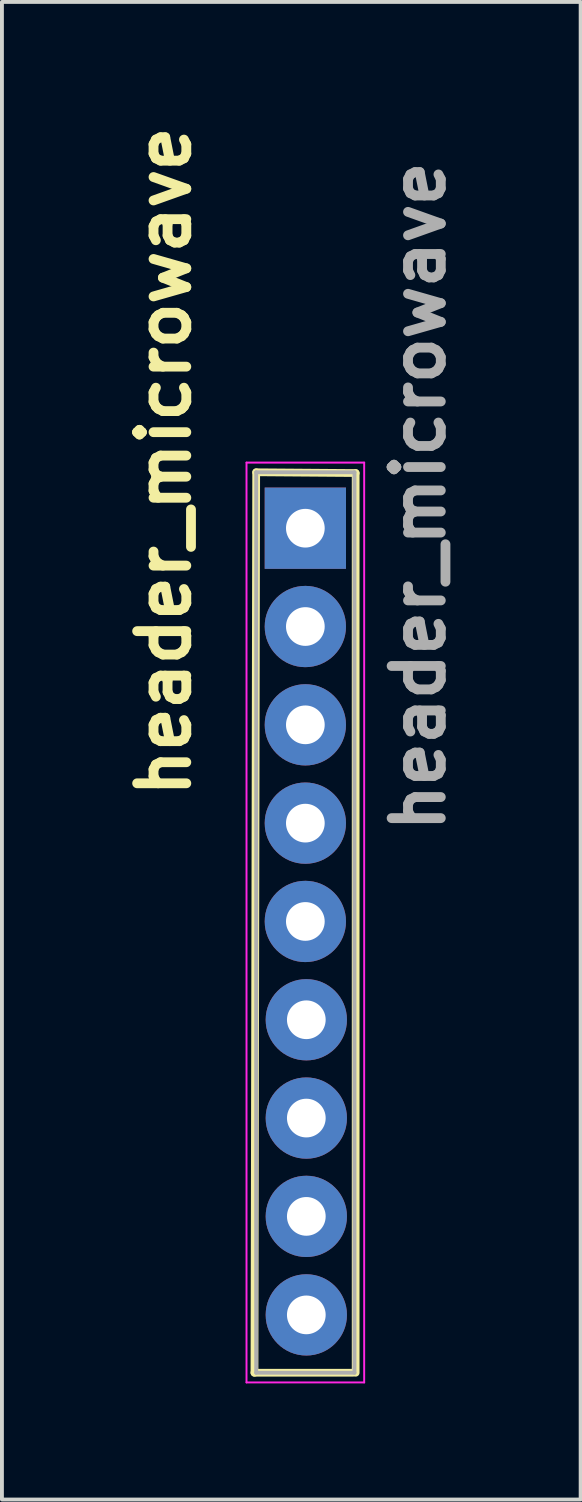
<source format=kicad_pcb>
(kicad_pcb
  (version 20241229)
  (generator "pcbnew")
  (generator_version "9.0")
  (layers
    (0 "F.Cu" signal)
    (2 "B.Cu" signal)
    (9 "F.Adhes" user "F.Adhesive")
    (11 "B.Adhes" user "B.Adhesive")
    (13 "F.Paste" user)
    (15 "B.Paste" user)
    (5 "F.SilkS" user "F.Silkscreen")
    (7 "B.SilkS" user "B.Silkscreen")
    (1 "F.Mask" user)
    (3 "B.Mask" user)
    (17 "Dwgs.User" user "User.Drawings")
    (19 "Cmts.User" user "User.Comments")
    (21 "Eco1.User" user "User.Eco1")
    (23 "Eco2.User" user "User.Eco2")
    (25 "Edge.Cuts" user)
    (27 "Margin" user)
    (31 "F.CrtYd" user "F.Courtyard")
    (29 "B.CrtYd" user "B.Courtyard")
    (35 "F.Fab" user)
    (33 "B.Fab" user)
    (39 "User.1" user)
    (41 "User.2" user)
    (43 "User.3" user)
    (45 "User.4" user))
  (footprint "header_microwave"
    (layer "F.Cu")
    (at 4.864 10.597)
    (property "Reference" "header_microwave" (at -3.675 -1.725 270) (layer "F.SilkS") (effects (font (size 1.27 1.27) (thickness 0.254))))
    (attr through_hole)
    (fp_line (start -1.34 21.82) (end 1.2 21.82) (stroke (width 0.2) (type solid)) (layer "F.SilkS"))
    (fp_line (start -1.295 -1.445) (end -1.34 21.82) (stroke (width 0.2) (type solid)) (layer "F.SilkS"))
    (fp_line (start 1.275 -1.425) (end -1.295 -1.445) (stroke (width 0.2) (type solid)) (layer "F.SilkS"))
    (fp_line (start 1.275 21.82) (end 1.275 -1.425) (stroke (width 0.2) (type solid)) (layer "F.SilkS"))
    (fp_line (start -1.545 -1.695) (end 1.495 -1.695) (stroke (width 0.05) (type solid)) (layer "F.CrtYd"))
    (fp_line (start -1.545 22.07) (end -1.545 -1.695) (stroke (width 0.05) (type solid)) (layer "F.CrtYd"))
    (fp_line (start 1.495 -1.695) (end 1.495 22.07) (stroke (width 0.05) (type solid)) (layer "F.CrtYd"))
    (fp_line (start 1.495 22.07) (end -1.545 22.07) (stroke (width 0.05) (type solid)) (layer "F.CrtYd"))
    (fp_line (start -1.295 -1.445) (end 1.245 -1.445) (stroke (width 0.1) (type solid)) (layer "F.Fab"))
    (fp_line (start -1.295 21.82) (end -1.295 -1.445) (stroke (width 0.1) (type solid)) (layer "F.Fab"))
    (fp_line (start 1.245 -1.445) (end 1.245 21.82) (stroke (width 0.1) (type solid)) (layer "F.Fab"))
    (fp_line (start 1.245 21.82) (end -1.295 21.82) (stroke (width 0.1) (type solid)) (layer "F.Fab"))
    (fp_text user "${REFERENCE}" (at 2.9 -0.825 270) (layer "F.Fab") (effects (font (size 1.27 1.27) (thickness 0.254))))
    (pad "1" thru_hole rect (at -0.025 0 270) (size 2.1 2.1) (drill 1) (layers "*.Cu" "*.Mask"))
    (pad "2" thru_hole circle (at -0.025 2.54 270) (size 2.1 2.1) (drill 1) (layers "*.Cu" "*.Mask"))
    (pad "3" thru_hole circle (at -0.025 5.08 270) (size 2.1 2.1) (drill 1) (layers "*.Cu" "*.Mask"))
    (pad "4" thru_hole circle (at -0.025 7.62 270) (size 2.1 2.1) (drill 1) (layers "*.Cu" "*.Mask"))
    (pad "5" thru_hole circle (at -0.025 10.16 270) (size 2.1 2.1) (drill 1) (layers "*.Cu" "*.Mask"))
    (pad "6" thru_hole circle (at 0 12.7 270) (size 2.1 2.1) (drill 1) (layers "*.Cu" "*.Mask"))
    (pad "7" thru_hole circle (at 0 15.24 270) (size 2.1 2.1) (drill 1) (layers "*.Cu" "*.Mask"))
    (pad "8" thru_hole circle (at 0 17.78 270) (size 2.1 2.1) (drill 1) (layers "*.Cu" "*.Mask"))
    (pad "9" thru_hole circle (at 0 20.325 270) (size 2.1 2.1) (drill 1) (layers "*.Cu" "*.Mask")))
  (gr_rect
    (start -3 -3)
    (end 11.952 35.692)
    (stroke (width 0.1) (type default))
    (fill no)
    (layer "Edge.Cuts")))
</source>
